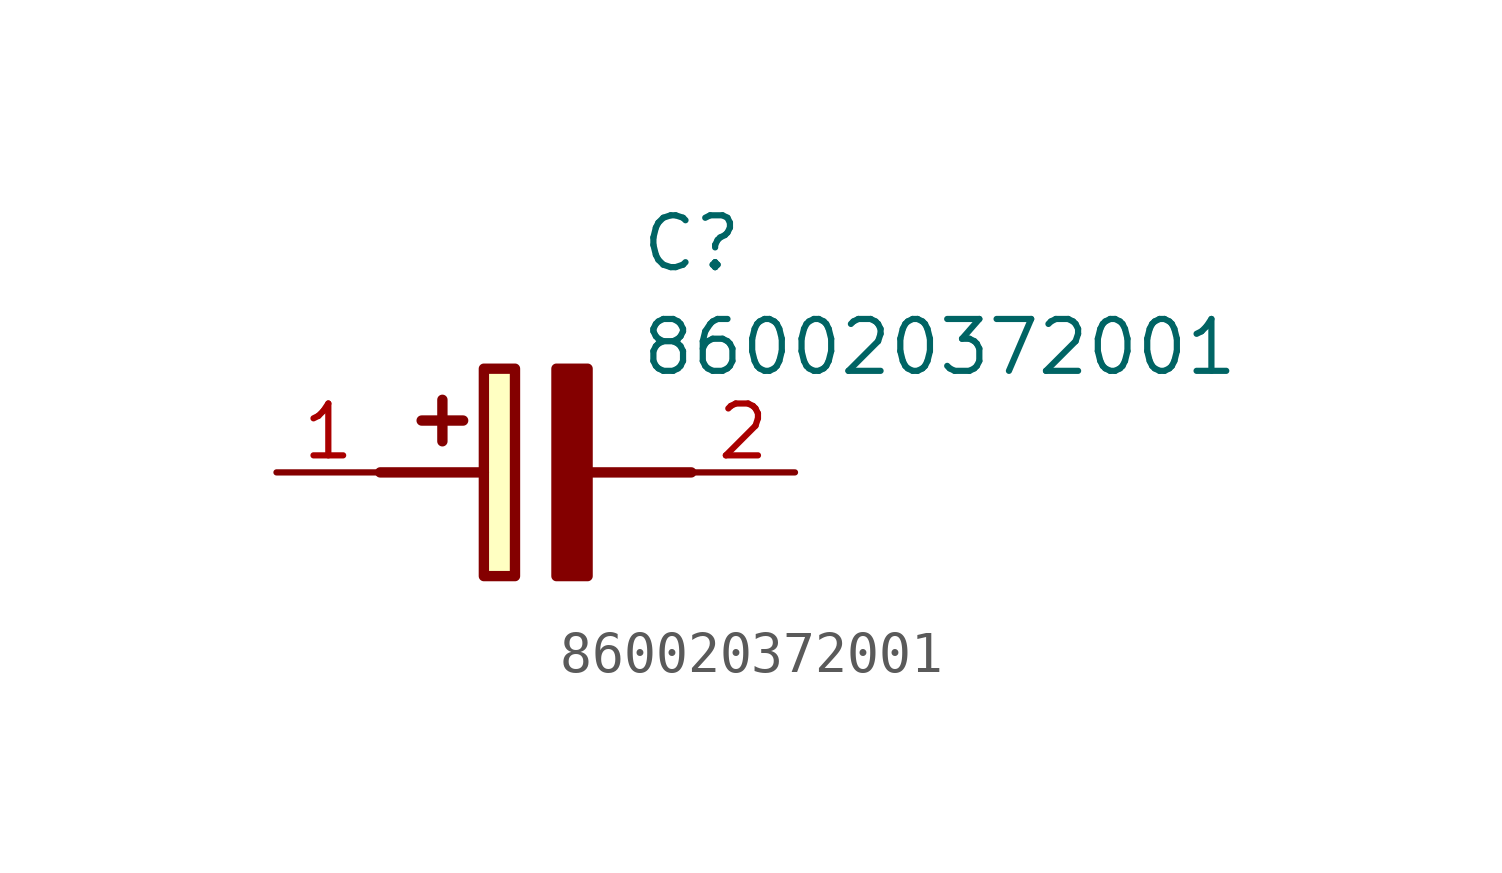
<source format=kicad_sym>
(kicad_symbol_lib
  (version 20211014)
  (generator SamacSys_ECAD_Model)
  (symbol "860020372001"
    (pin_names hide)
    (property "Reference" "C"
      (at 8.89 6.35 0)
      (effects (font (size 1.27 1.27)) (justify left top)))
    (property "Value" "860020372001"
      (at 8.89 3.81 0)
      (effects (font (size 1.27 1.27)) (justify left top)))
    (rectangle
      (start 5.08 2.54)
      (end 5.842 -2.54)
      (stroke (width 0.254) (type default))
      (fill (type background)))
    (polyline
      (pts (xy 4.572 1.27) (xy 3.556 1.27))
      (stroke (width 0.254) (type default))
      (fill (type none)))
    (polyline
      (pts (xy 4.064 1.778) (xy 4.064 0.762))
      (stroke (width 0.254) (type default))
      (fill (type none)))
    (polyline
      (pts (xy 2.54 0) (xy 5.08 0))
      (stroke (width 0.254) (type default))
      (fill (type none)))
    (polyline
      (pts (xy 7.62 0) (xy 10.16 0))
      (stroke (width 0.254) (type default))
      (fill (type none)))
    (polyline
      (pts (xy 7.62 2.54) (xy 7.62 -2.54) (xy 6.858 -2.54) (xy 6.858 2.54) (xy 7.62 2.54))
      (stroke (width 0.254) (type default))
      (fill (type outline)))
    (pin passive line
      (at 0 0 0)
      (length 2.54)
      (name "+" (effects (font (size 1.27 1.27))))
      (number "1" (effects (font (size 1.27 1.27)))))
    (pin passive line
      (at 12.7 0 180)
      (length 2.54)
      (name "-" (effects (font (size 1.27 1.27))))
      (number "2" (effects (font (size 1.27 1.27)))))))
</source>
